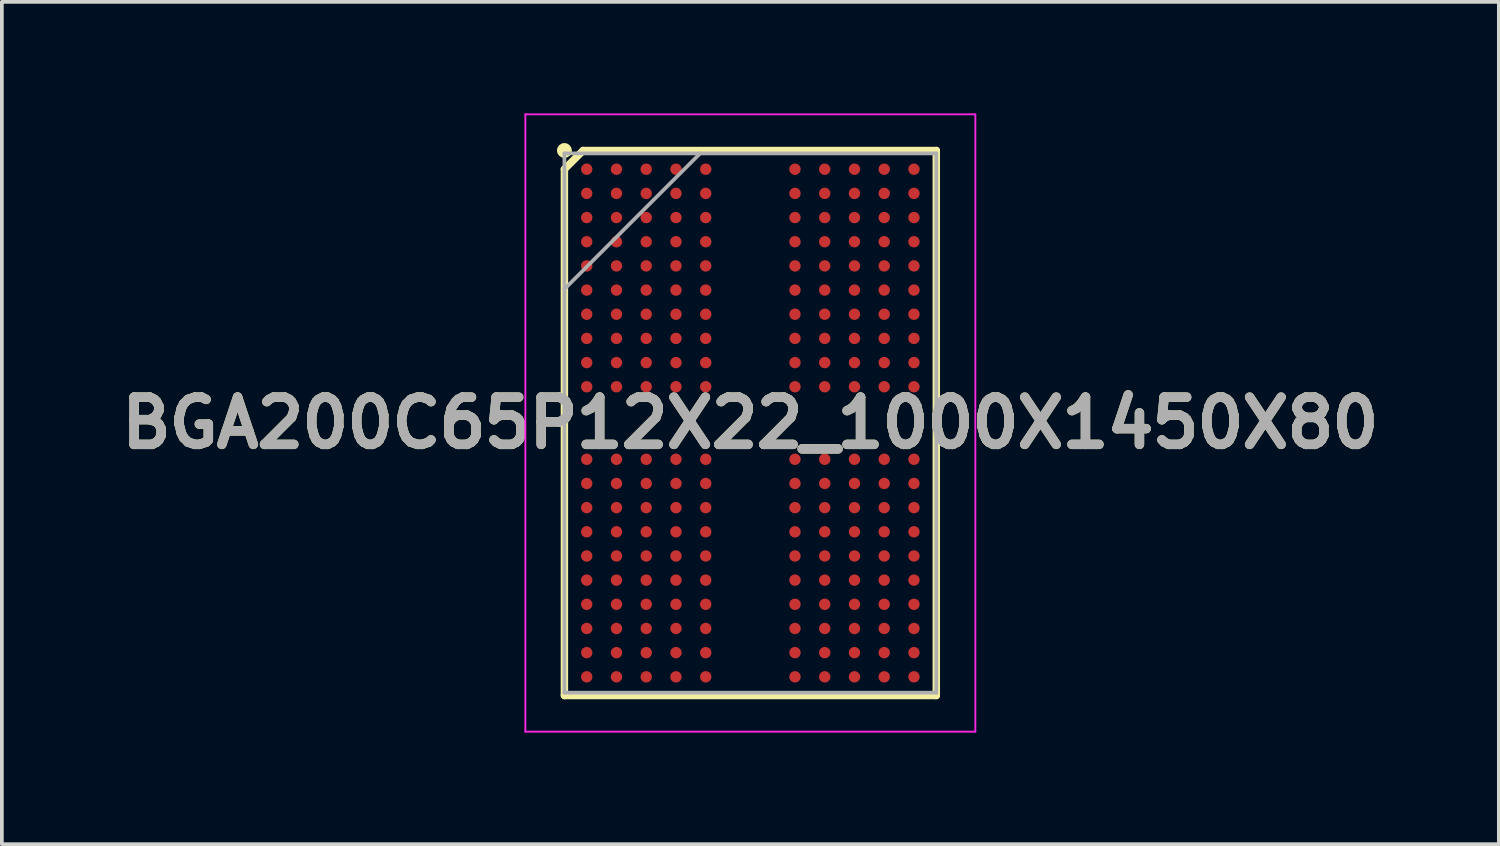
<source format=kicad_pcb>
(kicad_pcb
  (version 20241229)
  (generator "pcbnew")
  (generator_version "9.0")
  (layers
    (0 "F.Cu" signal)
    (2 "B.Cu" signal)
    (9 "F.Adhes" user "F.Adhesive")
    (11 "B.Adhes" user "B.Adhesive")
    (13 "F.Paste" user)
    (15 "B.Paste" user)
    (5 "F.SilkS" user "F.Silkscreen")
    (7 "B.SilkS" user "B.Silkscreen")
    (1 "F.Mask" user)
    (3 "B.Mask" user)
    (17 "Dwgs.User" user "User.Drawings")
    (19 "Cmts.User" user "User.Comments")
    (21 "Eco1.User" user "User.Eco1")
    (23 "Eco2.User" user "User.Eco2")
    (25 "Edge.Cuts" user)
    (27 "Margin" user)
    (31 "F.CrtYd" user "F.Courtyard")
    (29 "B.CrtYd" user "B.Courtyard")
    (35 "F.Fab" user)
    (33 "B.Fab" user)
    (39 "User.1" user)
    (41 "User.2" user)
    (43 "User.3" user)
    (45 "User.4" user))
  (footprint "BGA200C65P12X22_1000X1450X80"
    (layer "F.Cu")
    (at 17.127 8.325)
    (property "Reference" "BGA200C65P12X22_1000X1450X80" (at 0 0 0) (layer "F.SilkS") (effects (font (size 1.27 1.27) (thickness 0.254))))
    (attr smd)
    (fp_line (start -5 -6.825) (end -4.497 -7.328) (stroke (width 0.2) (type solid)) (layer "F.SilkS"))
    (fp_line (start -5 7.328) (end -5 -6.825) (stroke (width 0.2) (type solid)) (layer "F.SilkS"))
    (fp_line (start -4.497 -7.328) (end 5 -7.328) (stroke (width 0.2) (type solid)) (layer "F.SilkS"))
    (fp_line (start 5 -7.328) (end 5 7.328) (stroke (width 0.2) (type solid)) (layer "F.SilkS"))
    (fp_line (start 5 7.328) (end -5 7.328) (stroke (width 0.2) (type solid)) (layer "F.SilkS"))
    (fp_circle (center -5 -7.328) (end -5 -7.228) (stroke (width 0.2) (type solid)) (fill no) (layer "F.SilkS"))
    (fp_line (start -6.05 -8.3) (end 6.05 -8.3) (stroke (width 0.05) (type solid)) (layer "F.CrtYd"))
    (fp_line (start -6.05 8.3) (end -6.05 -8.3) (stroke (width 0.05) (type solid)) (layer "F.CrtYd"))
    (fp_line (start 6.05 -8.3) (end 6.05 8.3) (stroke (width 0.05) (type solid)) (layer "F.CrtYd"))
    (fp_line (start 6.05 8.3) (end -6.05 8.3) (stroke (width 0.05) (type solid)) (layer "F.CrtYd"))
    (fp_line (start -5 -7.25) (end 5 -7.25) (stroke (width 0.1) (type solid)) (layer "F.Fab"))
    (fp_line (start -5 -3.6) (end -1.35 -7.25) (stroke (width 0.1) (type solid)) (layer "F.Fab"))
    (fp_line (start -5 7.25) (end -5 -7.25) (stroke (width 0.1) (type solid)) (layer "F.Fab"))
    (fp_line (start 5 -7.25) (end 5 7.25) (stroke (width 0.1) (type solid)) (layer "F.Fab"))
    (fp_line (start 5 7.25) (end -5 7.25) (stroke (width 0.1) (type solid)) (layer "F.Fab"))
    (fp_text user "${REFERENCE}" (at 0 0 0) (layer "F.Fab") (effects (font (size 1.27 1.27) (thickness 0.254))))
    (pad "A1" smd circle (at -4.4 -6.825 90) (size 0.306 0.306) (layers "F.Cu" "F.Mask" "F.Paste"))
    (pad "A2" smd circle (at -3.6 -6.825 90) (size 0.306 0.306) (layers "F.Cu" "F.Mask" "F.Paste"))
    (pad "A3" smd circle (at -2.8 -6.825 90) (size 0.306 0.306) (layers "F.Cu" "F.Mask" "F.Paste"))
    (pad "A4" smd circle (at -2 -6.825 90) (size 0.306 0.306) (layers "F.Cu" "F.Mask" "F.Paste"))
    (pad "A5" smd circle (at -1.2 -6.825 90) (size 0.306 0.306) (layers "F.Cu" "F.Mask" "F.Paste"))
    (pad "A8" smd circle (at 1.2 -6.825 90) (size 0.306 0.306) (layers "F.Cu" "F.Mask" "F.Paste"))
    (pad "A9" smd circle (at 2 -6.825 90) (size 0.306 0.306) (layers "F.Cu" "F.Mask" "F.Paste"))
    (pad "A10" smd circle (at 2.8 -6.825 90) (size 0.306 0.306) (layers "F.Cu" "F.Mask" "F.Paste"))
    (pad "A11" smd circle (at 3.6 -6.825 90) (size 0.306 0.306) (layers "F.Cu" "F.Mask" "F.Paste"))
    (pad "A12" smd circle (at 4.4 -6.825 90) (size 0.306 0.306) (layers "F.Cu" "F.Mask" "F.Paste"))
    (pad "AA1" smd circle (at -4.4 6.175 90) (size 0.306 0.306) (layers "F.Cu" "F.Mask" "F.Paste"))
    (pad "AA2" smd circle (at -3.6 6.175 90) (size 0.306 0.306) (layers "F.Cu" "F.Mask" "F.Paste"))
    (pad "AA3" smd circle (at -2.8 6.175 90) (size 0.306 0.306) (layers "F.Cu" "F.Mask" "F.Paste"))
    (pad "AA4" smd circle (at -2 6.175 90) (size 0.306 0.306) (layers "F.Cu" "F.Mask" "F.Paste"))
    (pad "AA5" smd circle (at -1.2 6.175 90) (size 0.306 0.306) (layers "F.Cu" "F.Mask" "F.Paste"))
    (pad "AA8" smd circle (at 1.2 6.175 90) (size 0.306 0.306) (layers "F.Cu" "F.Mask" "F.Paste"))
    (pad "AA9" smd circle (at 2 6.175 90) (size 0.306 0.306) (layers "F.Cu" "F.Mask" "F.Paste"))
    (pad "AA10" smd circle (at 2.8 6.175 90) (size 0.306 0.306) (layers "F.Cu" "F.Mask" "F.Paste"))
    (pad "AA11" smd circle (at 3.6 6.175 90) (size 0.306 0.306) (layers "F.Cu" "F.Mask" "F.Paste"))
    (pad "AA12" smd circle (at 4.4 6.175 90) (size 0.306 0.306) (layers "F.Cu" "F.Mask" "F.Paste"))
    (pad "AB1" smd circle (at -4.4 6.825 90) (size 0.306 0.306) (layers "F.Cu" "F.Mask" "F.Paste"))
    (pad "AB2" smd circle (at -3.6 6.825 90) (size 0.306 0.306) (layers "F.Cu" "F.Mask" "F.Paste"))
    (pad "AB3" smd circle (at -2.8 6.825 90) (size 0.306 0.306) (layers "F.Cu" "F.Mask" "F.Paste"))
    (pad "AB4" smd circle (at -2 6.825 90) (size 0.306 0.306) (layers "F.Cu" "F.Mask" "F.Paste"))
    (pad "AB5" smd circle (at -1.2 6.825 90) (size 0.306 0.306) (layers "F.Cu" "F.Mask" "F.Paste"))
    (pad "AB8" smd circle (at 1.2 6.825 90) (size 0.306 0.306) (layers "F.Cu" "F.Mask" "F.Paste"))
    (pad "AB9" smd circle (at 2 6.825 90) (size 0.306 0.306) (layers "F.Cu" "F.Mask" "F.Paste"))
    (pad "AB10" smd circle (at 2.8 6.825 90) (size 0.306 0.306) (layers "F.Cu" "F.Mask" "F.Paste"))
    (pad "AB11" smd circle (at 3.6 6.825 90) (size 0.306 0.306) (layers "F.Cu" "F.Mask" "F.Paste"))
    (pad "AB12" smd circle (at 4.4 6.825 90) (size 0.306 0.306) (layers "F.Cu" "F.Mask" "F.Paste"))
    (pad "B1" smd circle (at -4.4 -6.175 90) (size 0.306 0.306) (layers "F.Cu" "F.Mask" "F.Paste"))
    (pad "B2" smd circle (at -3.6 -6.175 90) (size 0.306 0.306) (layers "F.Cu" "F.Mask" "F.Paste"))
    (pad "B3" smd circle (at -2.8 -6.175 90) (size 0.306 0.306) (layers "F.Cu" "F.Mask" "F.Paste"))
    (pad "B4" smd circle (at -2 -6.175 90) (size 0.306 0.306) (layers "F.Cu" "F.Mask" "F.Paste"))
    (pad "B5" smd circle (at -1.2 -6.175 90) (size 0.306 0.306) (layers "F.Cu" "F.Mask" "F.Paste"))
    (pad "B8" smd circle (at 1.2 -6.175 90) (size 0.306 0.306) (layers "F.Cu" "F.Mask" "F.Paste"))
    (pad "B9" smd circle (at 2 -6.175 90) (size 0.306 0.306) (layers "F.Cu" "F.Mask" "F.Paste"))
    (pad "B10" smd circle (at 2.8 -6.175 90) (size 0.306 0.306) (layers "F.Cu" "F.Mask" "F.Paste"))
    (pad "B11" smd circle (at 3.6 -6.175 90) (size 0.306 0.306) (layers "F.Cu" "F.Mask" "F.Paste"))
    (pad "B12" smd circle (at 4.4 -6.175 90) (size 0.306 0.306) (layers "F.Cu" "F.Mask" "F.Paste"))
    (pad "C1" smd circle (at -4.4 -5.525 90) (size 0.306 0.306) (layers "F.Cu" "F.Mask" "F.Paste"))
    (pad "C2" smd circle (at -3.6 -5.525 90) (size 0.306 0.306) (layers "F.Cu" "F.Mask" "F.Paste"))
    (pad "C3" smd circle (at -2.8 -5.525 90) (size 0.306 0.306) (layers "F.Cu" "F.Mask" "F.Paste"))
    (pad "C4" smd circle (at -2 -5.525 90) (size 0.306 0.306) (layers "F.Cu" "F.Mask" "F.Paste"))
    (pad "C5" smd circle (at -1.2 -5.525 90) (size 0.306 0.306) (layers "F.Cu" "F.Mask" "F.Paste"))
    (pad "C8" smd circle (at 1.2 -5.525 90) (size 0.306 0.306) (layers "F.Cu" "F.Mask" "F.Paste"))
    (pad "C9" smd circle (at 2 -5.525 90) (size 0.306 0.306) (layers "F.Cu" "F.Mask" "F.Paste"))
    (pad "C10" smd circle (at 2.8 -5.525 90) (size 0.306 0.306) (layers "F.Cu" "F.Mask" "F.Paste"))
    (pad "C11" smd circle (at 3.6 -5.525 90) (size 0.306 0.306) (layers "F.Cu" "F.Mask" "F.Paste"))
    (pad "C12" smd circle (at 4.4 -5.525 90) (size 0.306 0.306) (layers "F.Cu" "F.Mask" "F.Paste"))
    (pad "D1" smd circle (at -4.4 -4.875 90) (size 0.306 0.306) (layers "F.Cu" "F.Mask" "F.Paste"))
    (pad "D2" smd circle (at -3.6 -4.875 90) (size 0.306 0.306) (layers "F.Cu" "F.Mask" "F.Paste"))
    (pad "D3" smd circle (at -2.8 -4.875 90) (size 0.306 0.306) (layers "F.Cu" "F.Mask" "F.Paste"))
    (pad "D4" smd circle (at -2 -4.875 90) (size 0.306 0.306) (layers "F.Cu" "F.Mask" "F.Paste"))
    (pad "D5" smd circle (at -1.2 -4.875 90) (size 0.306 0.306) (layers "F.Cu" "F.Mask" "F.Paste"))
    (pad "D8" smd circle (at 1.2 -4.875 90) (size 0.306 0.306) (layers "F.Cu" "F.Mask" "F.Paste"))
    (pad "D9" smd circle (at 2 -4.875 90) (size 0.306 0.306) (layers "F.Cu" "F.Mask" "F.Paste"))
    (pad "D10" smd circle (at 2.8 -4.875 90) (size 0.306 0.306) (layers "F.Cu" "F.Mask" "F.Paste"))
    (pad "D11" smd circle (at 3.6 -4.875 90) (size 0.306 0.306) (layers "F.Cu" "F.Mask" "F.Paste"))
    (pad "D12" smd circle (at 4.4 -4.875 90) (size 0.306 0.306) (layers "F.Cu" "F.Mask" "F.Paste"))
    (pad "E1" smd circle (at -4.4 -4.225 90) (size 0.306 0.306) (layers "F.Cu" "F.Mask" "F.Paste"))
    (pad "E2" smd circle (at -3.6 -4.225 90) (size 0.306 0.306) (layers "F.Cu" "F.Mask" "F.Paste"))
    (pad "E3" smd circle (at -2.8 -4.225 90) (size 0.306 0.306) (layers "F.Cu" "F.Mask" "F.Paste"))
    (pad "E4" smd circle (at -2 -4.225 90) (size 0.306 0.306) (layers "F.Cu" "F.Mask" "F.Paste"))
    (pad "E5" smd circle (at -1.2 -4.225 90) (size 0.306 0.306) (layers "F.Cu" "F.Mask" "F.Paste"))
    (pad "E8" smd circle (at 1.2 -4.225 90) (size 0.306 0.306) (layers "F.Cu" "F.Mask" "F.Paste"))
    (pad "E9" smd circle (at 2 -4.225 90) (size 0.306 0.306) (layers "F.Cu" "F.Mask" "F.Paste"))
    (pad "E10" smd circle (at 2.8 -4.225 90) (size 0.306 0.306) (layers "F.Cu" "F.Mask" "F.Paste"))
    (pad "E11" smd circle (at 3.6 -4.225 90) (size 0.306 0.306) (layers "F.Cu" "F.Mask" "F.Paste"))
    (pad "E12" smd circle (at 4.4 -4.225 90) (size 0.306 0.306) (layers "F.Cu" "F.Mask" "F.Paste"))
    (pad "F1" smd circle (at -4.4 -3.575 90) (size 0.306 0.306) (layers "F.Cu" "F.Mask" "F.Paste"))
    (pad "F2" smd circle (at -3.6 -3.575 90) (size 0.306 0.306) (layers "F.Cu" "F.Mask" "F.Paste"))
    (pad "F3" smd circle (at -2.8 -3.575 90) (size 0.306 0.306) (layers "F.Cu" "F.Mask" "F.Paste"))
    (pad "F4" smd circle (at -2 -3.575 90) (size 0.306 0.306) (layers "F.Cu" "F.Mask" "F.Paste"))
    (pad "F5" smd circle (at -1.2 -3.575 90) (size 0.306 0.306) (layers "F.Cu" "F.Mask" "F.Paste"))
    (pad "F8" smd circle (at 1.2 -3.575 90) (size 0.306 0.306) (layers "F.Cu" "F.Mask" "F.Paste"))
    (pad "F9" smd circle (at 2 -3.575 90) (size 0.306 0.306) (layers "F.Cu" "F.Mask" "F.Paste"))
    (pad "F10" smd circle (at 2.8 -3.575 90) (size 0.306 0.306) (layers "F.Cu" "F.Mask" "F.Paste"))
    (pad "F11" smd circle (at 3.6 -3.575 90) (size 0.306 0.306) (layers "F.Cu" "F.Mask" "F.Paste"))
    (pad "F12" smd circle (at 4.4 -3.575 90) (size 0.306 0.306) (layers "F.Cu" "F.Mask" "F.Paste"))
    (pad "G1" smd circle (at -4.4 -2.925 90) (size 0.306 0.306) (layers "F.Cu" "F.Mask" "F.Paste"))
    (pad "G2" smd circle (at -3.6 -2.925 90) (size 0.306 0.306) (layers "F.Cu" "F.Mask" "F.Paste"))
    (pad "G3" smd circle (at -2.8 -2.925 90) (size 0.306 0.306) (layers "F.Cu" "F.Mask" "F.Paste"))
    (pad "G4" smd circle (at -2 -2.925 90) (size 0.306 0.306) (layers "F.Cu" "F.Mask" "F.Paste"))
    (pad "G5" smd circle (at -1.2 -2.925 90) (size 0.306 0.306) (layers "F.Cu" "F.Mask" "F.Paste"))
    (pad "G8" smd circle (at 1.2 -2.925 90) (size 0.306 0.306) (layers "F.Cu" "F.Mask" "F.Paste"))
    (pad "G9" smd circle (at 2 -2.925 90) (size 0.306 0.306) (layers "F.Cu" "F.Mask" "F.Paste"))
    (pad "G10" smd circle (at 2.8 -2.925 90) (size 0.306 0.306) (layers "F.Cu" "F.Mask" "F.Paste"))
    (pad "G11" smd circle (at 3.6 -2.925 90) (size 0.306 0.306) (layers "F.Cu" "F.Mask" "F.Paste"))
    (pad "G12" smd circle (at 4.4 -2.925 90) (size 0.306 0.306) (layers "F.Cu" "F.Mask" "F.Paste"))
    (pad "H1" smd circle (at -4.4 -2.275 90) (size 0.306 0.306) (layers "F.Cu" "F.Mask" "F.Paste"))
    (pad "H2" smd circle (at -3.6 -2.275 90) (size 0.306 0.306) (layers "F.Cu" "F.Mask" "F.Paste"))
    (pad "H3" smd circle (at -2.8 -2.275 90) (size 0.306 0.306) (layers "F.Cu" "F.Mask" "F.Paste"))
    (pad "H4" smd circle (at -2 -2.275 90) (size 0.306 0.306) (layers "F.Cu" "F.Mask" "F.Paste"))
    (pad "H5" smd circle (at -1.2 -2.275 90) (size 0.306 0.306) (layers "F.Cu" "F.Mask" "F.Paste"))
    (pad "H8" smd circle (at 1.2 -2.275 90) (size 0.306 0.306) (layers "F.Cu" "F.Mask" "F.Paste"))
    (pad "H9" smd circle (at 2 -2.275 90) (size 0.306 0.306) (layers "F.Cu" "F.Mask" "F.Paste"))
    (pad "H10" smd circle (at 2.8 -2.275 90) (size 0.306 0.306) (layers "F.Cu" "F.Mask" "F.Paste"))
    (pad "H11" smd circle (at 3.6 -2.275 90) (size 0.306 0.306) (layers "F.Cu" "F.Mask" "F.Paste"))
    (pad "H12" smd circle (at 4.4 -2.275 90) (size 0.306 0.306) (layers "F.Cu" "F.Mask" "F.Paste"))
    (pad "J1" smd circle (at -4.4 -1.625 90) (size 0.306 0.306) (layers "F.Cu" "F.Mask" "F.Paste"))
    (pad "J2" smd circle (at -3.6 -1.625 90) (size 0.306 0.306) (layers "F.Cu" "F.Mask" "F.Paste"))
    (pad "J3" smd circle (at -2.8 -1.625 90) (size 0.306 0.306) (layers "F.Cu" "F.Mask" "F.Paste"))
    (pad "J4" smd circle (at -2 -1.625 90) (size 0.306 0.306) (layers "F.Cu" "F.Mask" "F.Paste"))
    (pad "J5" smd circle (at -1.2 -1.625 90) (size 0.306 0.306) (layers "F.Cu" "F.Mask" "F.Paste"))
    (pad "J8" smd circle (at 1.2 -1.625 90) (size 0.306 0.306) (layers "F.Cu" "F.Mask" "F.Paste"))
    (pad "J9" smd circle (at 2 -1.625 90) (size 0.306 0.306) (layers "F.Cu" "F.Mask" "F.Paste"))
    (pad "J10" smd circle (at 2.8 -1.625 90) (size 0.306 0.306) (layers "F.Cu" "F.Mask" "F.Paste"))
    (pad "J11" smd circle (at 3.6 -1.625 90) (size 0.306 0.306) (layers "F.Cu" "F.Mask" "F.Paste"))
    (pad "J12" smd circle (at 4.4 -1.625 90) (size 0.306 0.306) (layers "F.Cu" "F.Mask" "F.Paste"))
    (pad "K1" smd circle (at -4.4 -0.975 90) (size 0.306 0.306) (layers "F.Cu" "F.Mask" "F.Paste"))
    (pad "K2" smd circle (at -3.6 -0.975 90) (size 0.306 0.306) (layers "F.Cu" "F.Mask" "F.Paste"))
    (pad "K3" smd circle (at -2.8 -0.975 90) (size 0.306 0.306) (layers "F.Cu" "F.Mask" "F.Paste"))
    (pad "K4" smd circle (at -2 -0.975 90) (size 0.306 0.306) (layers "F.Cu" "F.Mask" "F.Paste"))
    (pad "K5" smd circle (at -1.2 -0.975 90) (size 0.306 0.306) (layers "F.Cu" "F.Mask" "F.Paste"))
    (pad "K8" smd circle (at 1.2 -0.975 90) (size 0.306 0.306) (layers "F.Cu" "F.Mask" "F.Paste"))
    (pad "K9" smd circle (at 2 -0.975 90) (size 0.306 0.306) (layers "F.Cu" "F.Mask" "F.Paste"))
    (pad "K10" smd circle (at 2.8 -0.975 90) (size 0.306 0.306) (layers "F.Cu" "F.Mask" "F.Paste"))
    (pad "K11" smd circle (at 3.6 -0.975 90) (size 0.306 0.306) (layers "F.Cu" "F.Mask" "F.Paste"))
    (pad "K12" smd circle (at 4.4 -0.975 90) (size 0.306 0.306) (layers "F.Cu" "F.Mask" "F.Paste"))
    (pad "N1" smd circle (at -4.4 0.975 90) (size 0.306 0.306) (layers "F.Cu" "F.Mask" "F.Paste"))
    (pad "N2" smd circle (at -3.6 0.975 90) (size 0.306 0.306) (layers "F.Cu" "F.Mask" "F.Paste"))
    (pad "N3" smd circle (at -2.8 0.975 90) (size 0.306 0.306) (layers "F.Cu" "F.Mask" "F.Paste"))
    (pad "N4" smd circle (at -2 0.975 90) (size 0.306 0.306) (layers "F.Cu" "F.Mask" "F.Paste"))
    (pad "N5" smd circle (at -1.2 0.975 90) (size 0.306 0.306) (layers "F.Cu" "F.Mask" "F.Paste"))
    (pad "N8" smd circle (at 1.2 0.975 90) (size 0.306 0.306) (layers "F.Cu" "F.Mask" "F.Paste"))
    (pad "N9" smd circle (at 2 0.975 90) (size 0.306 0.306) (layers "F.Cu" "F.Mask" "F.Paste"))
    (pad "N10" smd circle (at 2.8 0.975 90) (size 0.306 0.306) (layers "F.Cu" "F.Mask" "F.Paste"))
    (pad "N11" smd circle (at 3.6 0.975 90) (size 0.306 0.306) (layers "F.Cu" "F.Mask" "F.Paste"))
    (pad "N12" smd circle (at 4.4 0.975 90) (size 0.306 0.306) (layers "F.Cu" "F.Mask" "F.Paste"))
    (pad "P1" smd circle (at -4.4 1.625 90) (size 0.306 0.306) (layers "F.Cu" "F.Mask" "F.Paste"))
    (pad "P2" smd circle (at -3.6 1.625 90) (size 0.306 0.306) (layers "F.Cu" "F.Mask" "F.Paste"))
    (pad "P3" smd circle (at -2.8 1.625 90) (size 0.306 0.306) (layers "F.Cu" "F.Mask" "F.Paste"))
    (pad "P4" smd circle (at -2 1.625 90) (size 0.306 0.306) (layers "F.Cu" "F.Mask" "F.Paste"))
    (pad "P5" smd circle (at -1.2 1.625 90) (size 0.306 0.306) (layers "F.Cu" "F.Mask" "F.Paste"))
    (pad "P8" smd circle (at 1.2 1.625 90) (size 0.306 0.306) (layers "F.Cu" "F.Mask" "F.Paste"))
    (pad "P9" smd circle (at 2 1.625 90) (size 0.306 0.306) (layers "F.Cu" "F.Mask" "F.Paste"))
    (pad "P10" smd circle (at 2.8 1.625 90) (size 0.306 0.306) (layers "F.Cu" "F.Mask" "F.Paste"))
    (pad "P11" smd circle (at 3.6 1.625 90) (size 0.306 0.306) (layers "F.Cu" "F.Mask" "F.Paste"))
    (pad "P12" smd circle (at 4.4 1.625 90) (size 0.306 0.306) (layers "F.Cu" "F.Mask" "F.Paste"))
    (pad "R1" smd circle (at -4.4 2.275 90) (size 0.306 0.306) (layers "F.Cu" "F.Mask" "F.Paste"))
    (pad "R2" smd circle (at -3.6 2.275 90) (size 0.306 0.306) (layers "F.Cu" "F.Mask" "F.Paste"))
    (pad "R3" smd circle (at -2.8 2.275 90) (size 0.306 0.306) (layers "F.Cu" "F.Mask" "F.Paste"))
    (pad "R4" smd circle (at -2 2.275 90) (size 0.306 0.306) (layers "F.Cu" "F.Mask" "F.Paste"))
    (pad "R5" smd circle (at -1.2 2.275 90) (size 0.306 0.306) (layers "F.Cu" "F.Mask" "F.Paste"))
    (pad "R8" smd circle (at 1.2 2.275 90) (size 0.306 0.306) (layers "F.Cu" "F.Mask" "F.Paste"))
    (pad "R9" smd circle (at 2 2.275 90) (size 0.306 0.306) (layers "F.Cu" "F.Mask" "F.Paste"))
    (pad "R10" smd circle (at 2.8 2.275 90) (size 0.306 0.306) (layers "F.Cu" "F.Mask" "F.Paste"))
    (pad "R11" smd circle (at 3.6 2.275 90) (size 0.306 0.306) (layers "F.Cu" "F.Mask" "F.Paste"))
    (pad "R12" smd circle (at 4.4 2.275 90) (size 0.306 0.306) (layers "F.Cu" "F.Mask" "F.Paste"))
    (pad "T1" smd circle (at -4.4 2.925 90) (size 0.306 0.306) (layers "F.Cu" "F.Mask" "F.Paste"))
    (pad "T2" smd circle (at -3.6 2.925 90) (size 0.306 0.306) (layers "F.Cu" "F.Mask" "F.Paste"))
    (pad "T3" smd circle (at -2.8 2.925 90) (size 0.306 0.306) (layers "F.Cu" "F.Mask" "F.Paste"))
    (pad "T4" smd circle (at -2 2.925 90) (size 0.306 0.306) (layers "F.Cu" "F.Mask" "F.Paste"))
    (pad "T5" smd circle (at -1.2 2.925 90) (size 0.306 0.306) (layers "F.Cu" "F.Mask" "F.Paste"))
    (pad "T8" smd circle (at 1.2 2.925 90) (size 0.306 0.306) (layers "F.Cu" "F.Mask" "F.Paste"))
    (pad "T9" smd circle (at 2 2.925 90) (size 0.306 0.306) (layers "F.Cu" "F.Mask" "F.Paste"))
    (pad "T10" smd circle (at 2.8 2.925 90) (size 0.306 0.306) (layers "F.Cu" "F.Mask" "F.Paste"))
    (pad "T11" smd circle (at 3.6 2.925 90) (size 0.306 0.306) (layers "F.Cu" "F.Mask" "F.Paste"))
    (pad "T12" smd circle (at 4.4 2.925 90) (size 0.306 0.306) (layers "F.Cu" "F.Mask" "F.Paste"))
    (pad "U1" smd circle (at -4.4 3.575 90) (size 0.306 0.306) (layers "F.Cu" "F.Mask" "F.Paste"))
    (pad "U2" smd circle (at -3.6 3.575 90) (size 0.306 0.306) (layers "F.Cu" "F.Mask" "F.Paste"))
    (pad "U3" smd circle (at -2.8 3.575 90) (size 0.306 0.306) (layers "F.Cu" "F.Mask" "F.Paste"))
    (pad "U4" smd circle (at -2 3.575 90) (size 0.306 0.306) (layers "F.Cu" "F.Mask" "F.Paste"))
    (pad "U5" smd circle (at -1.2 3.575 90) (size 0.306 0.306) (layers "F.Cu" "F.Mask" "F.Paste"))
    (pad "U8" smd circle (at 1.2 3.575 90) (size 0.306 0.306) (layers "F.Cu" "F.Mask" "F.Paste"))
    (pad "U9" smd circle (at 2 3.575 90) (size 0.306 0.306) (layers "F.Cu" "F.Mask" "F.Paste"))
    (pad "U10" smd circle (at 2.8 3.575 90) (size 0.306 0.306) (layers "F.Cu" "F.Mask" "F.Paste"))
    (pad "U11" smd circle (at 3.6 3.575 90) (size 0.306 0.306) (layers "F.Cu" "F.Mask" "F.Paste"))
    (pad "U12" smd circle (at 4.4 3.575 90) (size 0.306 0.306) (layers "F.Cu" "F.Mask" "F.Paste"))
    (pad "V1" smd circle (at -4.4 4.225 90) (size 0.306 0.306) (layers "F.Cu" "F.Mask" "F.Paste"))
    (pad "V2" smd circle (at -3.6 4.225 90) (size 0.306 0.306) (layers "F.Cu" "F.Mask" "F.Paste"))
    (pad "V3" smd circle (at -2.8 4.225 90) (size 0.306 0.306) (layers "F.Cu" "F.Mask" "F.Paste"))
    (pad "V4" smd circle (at -2 4.225 90) (size 0.306 0.306) (layers "F.Cu" "F.Mask" "F.Paste"))
    (pad "V5" smd circle (at -1.2 4.225 90) (size 0.306 0.306) (layers "F.Cu" "F.Mask" "F.Paste"))
    (pad "V8" smd circle (at 1.2 4.225 90) (size 0.306 0.306) (layers "F.Cu" "F.Mask" "F.Paste"))
    (pad "V9" smd circle (at 2 4.225 90) (size 0.306 0.306) (layers "F.Cu" "F.Mask" "F.Paste"))
    (pad "V10" smd circle (at 2.8 4.225 90) (size 0.306 0.306) (layers "F.Cu" "F.Mask" "F.Paste"))
    (pad "V11" smd circle (at 3.6 4.225 90) (size 0.306 0.306) (layers "F.Cu" "F.Mask" "F.Paste"))
    (pad "V12" smd circle (at 4.4 4.225 90) (size 0.306 0.306) (layers "F.Cu" "F.Mask" "F.Paste"))
    (pad "W1" smd circle (at -4.4 4.875 90) (size 0.306 0.306) (layers "F.Cu" "F.Mask" "F.Paste"))
    (pad "W2" smd circle (at -3.6 4.875 90) (size 0.306 0.306) (layers "F.Cu" "F.Mask" "F.Paste"))
    (pad "W3" smd circle (at -2.8 4.875 90) (size 0.306 0.306) (layers "F.Cu" "F.Mask" "F.Paste"))
    (pad "W4" smd circle (at -2 4.875 90) (size 0.306 0.306) (layers "F.Cu" "F.Mask" "F.Paste"))
    (pad "W5" smd circle (at -1.2 4.875 90) (size 0.306 0.306) (layers "F.Cu" "F.Mask" "F.Paste"))
    (pad "W8" smd circle (at 1.2 4.875 90) (size 0.306 0.306) (layers "F.Cu" "F.Mask" "F.Paste"))
    (pad "W9" smd circle (at 2 4.875 90) (size 0.306 0.306) (layers "F.Cu" "F.Mask" "F.Paste"))
    (pad "W10" smd circle (at 2.8 4.875 90) (size 0.306 0.306) (layers "F.Cu" "F.Mask" "F.Paste"))
    (pad "W11" smd circle (at 3.6 4.875 90) (size 0.306 0.306) (layers "F.Cu" "F.Mask" "F.Paste"))
    (pad "W12" smd circle (at 4.4 4.875 90) (size 0.306 0.306) (layers "F.Cu" "F.Mask" "F.Paste"))
    (pad "Y1" smd circle (at -4.4 5.525 90) (size 0.306 0.306) (layers "F.Cu" "F.Mask" "F.Paste"))
    (pad "Y2" smd circle (at -3.6 5.525 90) (size 0.306 0.306) (layers "F.Cu" "F.Mask" "F.Paste"))
    (pad "Y3" smd circle (at -2.8 5.525 90) (size 0.306 0.306) (layers "F.Cu" "F.Mask" "F.Paste"))
    (pad "Y4" smd circle (at -2 5.525 90) (size 0.306 0.306) (layers "F.Cu" "F.Mask" "F.Paste"))
    (pad "Y5" smd circle (at -1.2 5.525 90) (size 0.306 0.306) (layers "F.Cu" "F.Mask" "F.Paste"))
    (pad "Y8" smd circle (at 1.2 5.525 90) (size 0.306 0.306) (layers "F.Cu" "F.Mask" "F.Paste"))
    (pad "Y9" smd circle (at 2 5.525 90) (size 0.306 0.306) (layers "F.Cu" "F.Mask" "F.Paste"))
    (pad "Y10" smd circle (at 2.8 5.525 90) (size 0.306 0.306) (layers "F.Cu" "F.Mask" "F.Paste"))
    (pad "Y11" smd circle (at 3.6 5.525 90) (size 0.306 0.306) (layers "F.Cu" "F.Mask" "F.Paste"))
    (pad "Y12" smd circle (at 4.4 5.525 90) (size 0.306 0.306) (layers "F.Cu" "F.Mask" "F.Paste")))
  (gr_rect
    (start -3 -3)
    (end 37.254 19.65)
    (stroke (width 0.1) (type default))
    (fill no)
    (layer "Edge.Cuts")))
</source>
